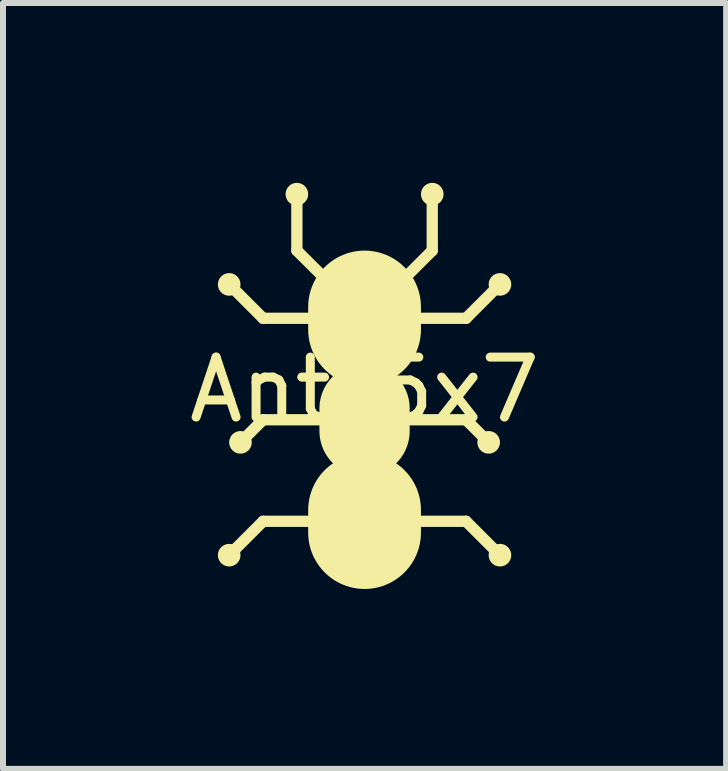
<source format=kicad_pcb>
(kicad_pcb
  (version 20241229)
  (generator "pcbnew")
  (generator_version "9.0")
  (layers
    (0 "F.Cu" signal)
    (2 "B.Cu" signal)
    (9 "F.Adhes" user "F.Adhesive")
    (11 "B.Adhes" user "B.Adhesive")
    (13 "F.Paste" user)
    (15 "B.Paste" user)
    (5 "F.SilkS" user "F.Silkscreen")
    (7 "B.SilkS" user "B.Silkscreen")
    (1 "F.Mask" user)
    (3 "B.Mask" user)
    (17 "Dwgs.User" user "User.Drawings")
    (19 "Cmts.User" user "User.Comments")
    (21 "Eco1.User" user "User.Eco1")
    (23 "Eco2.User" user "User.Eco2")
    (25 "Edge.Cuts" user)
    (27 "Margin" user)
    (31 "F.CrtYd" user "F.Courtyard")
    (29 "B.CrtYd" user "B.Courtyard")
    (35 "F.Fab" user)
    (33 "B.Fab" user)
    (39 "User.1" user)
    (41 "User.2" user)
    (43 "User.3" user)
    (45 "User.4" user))
  (footprint "Ant_5x7"
    (layer "F.Cu")
    (at 3.03 3.951)
    (property "Reference" "Ant_5x7" (at 0 -0.5 0) (unlocked yes) (layer "F.SilkS") (effects (font (size 1 1) (thickness 0.15))))
    (fp_line (start -2.258 -2.258) (end -1.693 -1.693) (stroke (width 0.188) (type solid)) (layer "F.SilkS"))
    (fp_line (start -2.258 2.258) (end -1.693 1.693) (stroke (width 0.188) (type solid)) (layer "F.SilkS"))
    (fp_line (start -2.07 0.376) (end -1.693 -0.000012) (stroke (width 0.188) (type solid)) (layer "F.SilkS"))
    (fp_line (start -1.693 -1.693) (end 0 -1.693) (stroke (width 0.188) (type solid)) (layer "F.SilkS"))
    (fp_line (start -1.693 -0.000012) (end 0 -0.000012) (stroke (width 0.188) (type solid)) (layer "F.SilkS"))
    (fp_line (start -1.693 1.693) (end 1.693 1.693) (stroke (width 0.188) (type solid)) (layer "F.SilkS"))
    (fp_line (start -1.129 -3.763) (end -1.129 -2.822) (stroke (width 0.188) (type solid)) (layer "F.SilkS"))
    (fp_line (start -1.129 -2.822) (end -0.47 -2.164) (stroke (width 0.188) (type solid)) (layer "F.SilkS"))
    (fp_line (start -0.47 -2.164) (end -0.376 -2.07) (stroke (width 0.188) (type solid)) (layer "F.SilkS"))
    (fp_line (start -0.376 -2.07) (end 0 -1.693) (stroke (width 0.188) (type solid)) (layer "F.SilkS"))
    (fp_line (start 0 -1.505) (end 0 -1.881) (stroke (width 1.881) (type solid)) (layer "F.SilkS"))
    (fp_line (start 0 0.188) (end 0 -0.188) (stroke (width 1.505) (type solid)) (layer "F.SilkS"))
    (fp_line (start 0 1.881) (end 0 1.505) (stroke (width 1.881) (type solid)) (layer "F.SilkS"))
    (fp_line (start 0.376 -2.07) (end 0 -1.693) (stroke (width 0.188) (type solid)) (layer "F.SilkS"))
    (fp_line (start 0.47 -2.164) (end 0.376 -2.07) (stroke (width 0.188) (type solid)) (layer "F.SilkS"))
    (fp_line (start 1.129 -3.763) (end 1.129 -2.822) (stroke (width 0.188) (type solid)) (layer "F.SilkS"))
    (fp_line (start 1.129 -2.822) (end 0.47 -2.164) (stroke (width 0.188) (type solid)) (layer "F.SilkS"))
    (fp_line (start 1.693 -1.693) (end 0 -1.693) (stroke (width 0.188) (type solid)) (layer "F.SilkS"))
    (fp_line (start 1.693 -0.000012) (end 0 -0.000012) (stroke (width 0.188) (type solid)) (layer "F.SilkS"))
    (fp_line (start 1.693 1.693) (end 2.258 2.258) (stroke (width 0.188) (type solid)) (layer "F.SilkS"))
    (fp_line (start 2.07 0.376) (end 1.693 -0.000012) (stroke (width 0.188) (type solid)) (layer "F.SilkS"))
    (fp_line (start 2.258 -2.258) (end 1.693 -1.693) (stroke (width 0.188) (type solid)) (layer "F.SilkS"))
    (fp_poly (pts (xy -2.258 -2.446) (xy -2.248 -2.446) (xy -2.239 -2.445) (xy -2.229 -2.444) (xy -2.22 -2.442) (xy -2.211 -2.44) (xy -2.202 -2.437) (xy -2.193 -2.435) (xy -2.185 -2.431) (xy -2.176 -2.427) (xy -2.168 -2.423) (xy -2.16 -2.419) (xy -2.153 -2.414) (xy -2.145 -2.409) (xy -2.138 -2.403) (xy -2.131 -2.397) (xy -2.125 -2.391) (xy -2.119 -2.384) (xy -2.113 -2.377) (xy -2.107 -2.37) (xy -2.102 -2.363) (xy -2.097 -2.355) (xy -2.092 -2.347) (xy -2.088 -2.339) (xy -2.084 -2.331) (xy -2.081 -2.322) (xy -2.078 -2.314) (xy -2.076 -2.305) (xy -2.073 -2.296) (xy -2.072 -2.286) (xy -2.071 -2.277) (xy -2.07 -2.267) (xy -2.07 -2.258) (xy -2.07 -2.248) (xy -2.071 -2.239) (xy -2.072 -2.229) (xy -2.073 -2.22) (xy -2.076 -2.211) (xy -2.078 -2.202) (xy -2.081 -2.193) (xy -2.084 -2.185) (xy -2.088 -2.176) (xy -2.092 -2.168) (xy -2.097 -2.16) (xy -2.102 -2.153) (xy -2.107 -2.145) (xy -2.113 -2.138) (xy -2.119 -2.131) (xy -2.125 -2.125) (xy -2.131 -2.119) (xy -2.138 -2.113) (xy -2.145 -2.107) (xy -2.153 -2.102) (xy -2.16 -2.097) (xy -2.168 -2.092) (xy -2.176 -2.088) (xy -2.185 -2.084) (xy -2.193 -2.081) (xy -2.202 -2.078) (xy -2.211 -2.076) (xy -2.22 -2.073) (xy -2.229 -2.072) (xy -2.239 -2.071) (xy -2.248 -2.07) (xy -2.258 -2.07) (xy -2.267 -2.07) (xy -2.277 -2.071) (xy -2.286 -2.072) (xy -2.296 -2.073) (xy -2.305 -2.076) (xy -2.314 -2.078) (xy -2.322 -2.081) (xy -2.331 -2.084) (xy -2.339 -2.088) (xy -2.347 -2.092) (xy -2.355 -2.097) (xy -2.363 -2.102) (xy -2.37 -2.107) (xy -2.377 -2.113) (xy -2.384 -2.119) (xy -2.391 -2.125) (xy -2.397 -2.131) (xy -2.403 -2.138) (xy -2.409 -2.145) (xy -2.414 -2.153) (xy -2.419 -2.16) (xy -2.423 -2.168) (xy -2.427 -2.176) (xy -2.431 -2.185) (xy -2.435 -2.193) (xy -2.437 -2.202) (xy -2.44 -2.211) (xy -2.442 -2.22) (xy -2.444 -2.229) (xy -2.445 -2.239) (xy -2.446 -2.248) (xy -2.446 -2.258) (xy -2.446 -2.267) (xy -2.445 -2.277) (xy -2.444 -2.286) (xy -2.442 -2.296) (xy -2.44 -2.305) (xy -2.437 -2.314) (xy -2.435 -2.322) (xy -2.431 -2.331) (xy -2.427 -2.339) (xy -2.423 -2.347) (xy -2.419 -2.355) (xy -2.414 -2.363) (xy -2.409 -2.37) (xy -2.403 -2.377) (xy -2.397 -2.384) (xy -2.391 -2.391) (xy -2.384 -2.397) (xy -2.377 -2.403) (xy -2.37 -2.409) (xy -2.363 -2.414) (xy -2.355 -2.419) (xy -2.347 -2.423) (xy -2.339 -2.427) (xy -2.331 -2.431) (xy -2.322 -2.435) (xy -2.314 -2.437) (xy -2.305 -2.44) (xy -2.296 -2.442) (xy -2.286 -2.444) (xy -2.277 -2.445) (xy -2.267 -2.446) (xy -2.258 -2.446)) (stroke (width 0) (type solid)) (fill yes) (layer "F.SilkS"))
    (fp_poly (pts (xy -2.258 -2.333) (xy -2.254 -2.333) (xy -2.25 -2.333) (xy -2.246 -2.332) (xy -2.243 -2.332) (xy -2.239 -2.331) (xy -2.235 -2.33) (xy -2.232 -2.328) (xy -2.228 -2.327) (xy -2.225 -2.326) (xy -2.222 -2.324) (xy -2.219 -2.322) (xy -2.216 -2.32) (xy -2.213 -2.318) (xy -2.21 -2.316) (xy -2.207 -2.314) (xy -2.205 -2.311) (xy -2.202 -2.308) (xy -2.2 -2.306) (xy -2.197 -2.303) (xy -2.195 -2.3) (xy -2.193 -2.297) (xy -2.192 -2.294) (xy -2.19 -2.29) (xy -2.188 -2.287) (xy -2.187 -2.284) (xy -2.186 -2.28) (xy -2.185 -2.277) (xy -2.184 -2.273) (xy -2.183 -2.269) (xy -2.183 -2.265) (xy -2.183 -2.262) (xy -2.183 -2.258) (xy -2.183 -2.254) (xy -2.183 -2.25) (xy -2.183 -2.246) (xy -2.184 -2.243) (xy -2.185 -2.239) (xy -2.186 -2.235) (xy -2.187 -2.232) (xy -2.188 -2.228) (xy -2.19 -2.225) (xy -2.192 -2.222) (xy -2.193 -2.219) (xy -2.195 -2.216) (xy -2.197 -2.213) (xy -2.2 -2.21) (xy -2.202 -2.207) (xy -2.205 -2.205) (xy -2.207 -2.202) (xy -2.21 -2.2) (xy -2.213 -2.197) (xy -2.216 -2.195) (xy -2.219 -2.193) (xy -2.222 -2.192) (xy -2.225 -2.19) (xy -2.228 -2.188) (xy -2.232 -2.187) (xy -2.235 -2.186) (xy -2.239 -2.185) (xy -2.243 -2.184) (xy -2.246 -2.183) (xy -2.25 -2.183) (xy -2.254 -2.183) (xy -2.258 -2.183) (xy -2.262 -2.183) (xy -2.265 -2.183) (xy -2.269 -2.183) (xy -2.273 -2.184) (xy -2.277 -2.185) (xy -2.28 -2.186) (xy -2.284 -2.187) (xy -2.287 -2.188) (xy -2.29 -2.19) (xy -2.294 -2.192) (xy -2.297 -2.193) (xy -2.3 -2.195) (xy -2.303 -2.197) (xy -2.306 -2.2) (xy -2.308 -2.202) (xy -2.311 -2.205) (xy -2.313 -2.207) (xy -2.316 -2.21) (xy -2.318 -2.213) (xy -2.32 -2.216) (xy -2.322 -2.219) (xy -2.324 -2.222) (xy -2.326 -2.225) (xy -2.327 -2.228) (xy -2.328 -2.232) (xy -2.33 -2.235) (xy -2.331 -2.239) (xy -2.332 -2.243) (xy -2.332 -2.246) (xy -2.333 -2.25) (xy -2.333 -2.254) (xy -2.333 -2.258) (xy -2.333 -2.262) (xy -2.333 -2.265) (xy -2.332 -2.269) (xy -2.332 -2.273) (xy -2.331 -2.277) (xy -2.33 -2.28) (xy -2.328 -2.284) (xy -2.327 -2.287) (xy -2.326 -2.29) (xy -2.324 -2.294) (xy -2.322 -2.297) (xy -2.32 -2.3) (xy -2.318 -2.303) (xy -2.316 -2.306) (xy -2.313 -2.308) (xy -2.311 -2.311) (xy -2.308 -2.314) (xy -2.306 -2.316) (xy -2.303 -2.318) (xy -2.3 -2.32) (xy -2.297 -2.322) (xy -2.294 -2.324) (xy -2.29 -2.326) (xy -2.287 -2.327) (xy -2.284 -2.328) (xy -2.28 -2.33) (xy -2.277 -2.331) (xy -2.273 -2.332) (xy -2.269 -2.332) (xy -2.265 -2.333) (xy -2.262 -2.333) (xy -2.258 -2.333)) (stroke (width 0) (type solid)) (fill yes) (layer "F.SilkS"))
    (fp_poly (pts (xy -2.258 2.07) (xy -2.248 2.07) (xy -2.239 2.071) (xy -2.229 2.072) (xy -2.22 2.073) (xy -2.211 2.076) (xy -2.202 2.078) (xy -2.193 2.081) (xy -2.185 2.084) (xy -2.176 2.088) (xy -2.168 2.092) (xy -2.16 2.097) (xy -2.153 2.102) (xy -2.145 2.107) (xy -2.138 2.113) (xy -2.131 2.118) (xy -2.125 2.125) (xy -2.119 2.131) (xy -2.113 2.138) (xy -2.107 2.145) (xy -2.102 2.153) (xy -2.097 2.16) (xy -2.092 2.168) (xy -2.088 2.176) (xy -2.084 2.185) (xy -2.081 2.193) (xy -2.078 2.202) (xy -2.076 2.211) (xy -2.073 2.22) (xy -2.072 2.229) (xy -2.071 2.239) (xy -2.07 2.248) (xy -2.07 2.258) (xy -2.07 2.267) (xy -2.071 2.277) (xy -2.072 2.286) (xy -2.073 2.296) (xy -2.076 2.305) (xy -2.078 2.314) (xy -2.081 2.322) (xy -2.084 2.331) (xy -2.088 2.339) (xy -2.092 2.347) (xy -2.097 2.355) (xy -2.102 2.363) (xy -2.107 2.37) (xy -2.113 2.377) (xy -2.119 2.384) (xy -2.125 2.391) (xy -2.131 2.397) (xy -2.138 2.403) (xy -2.145 2.409) (xy -2.153 2.414) (xy -2.16 2.419) (xy -2.168 2.423) (xy -2.176 2.427) (xy -2.185 2.431) (xy -2.193 2.434) (xy -2.202 2.437) (xy -2.211 2.44) (xy -2.22 2.442) (xy -2.229 2.444) (xy -2.239 2.445) (xy -2.248 2.446) (xy -2.258 2.446) (xy -2.267 2.446) (xy -2.277 2.445) (xy -2.286 2.444) (xy -2.296 2.442) (xy -2.305 2.44) (xy -2.314 2.437) (xy -2.322 2.434) (xy -2.331 2.431) (xy -2.339 2.427) (xy -2.347 2.423) (xy -2.355 2.419) (xy -2.363 2.414) (xy -2.37 2.409) (xy -2.377 2.403) (xy -2.384 2.397) (xy -2.391 2.391) (xy -2.397 2.384) (xy -2.403 2.377) (xy -2.409 2.37) (xy -2.414 2.363) (xy -2.419 2.355) (xy -2.423 2.347) (xy -2.427 2.339) (xy -2.431 2.331) (xy -2.435 2.322) (xy -2.437 2.314) (xy -2.44 2.305) (xy -2.442 2.296) (xy -2.444 2.286) (xy -2.445 2.277) (xy -2.446 2.267) (xy -2.446 2.258) (xy -2.446 2.248) (xy -2.445 2.239) (xy -2.444 2.229) (xy -2.442 2.22) (xy -2.44 2.211) (xy -2.437 2.202) (xy -2.435 2.193) (xy -2.431 2.185) (xy -2.427 2.176) (xy -2.423 2.168) (xy -2.419 2.16) (xy -2.414 2.153) (xy -2.409 2.145) (xy -2.403 2.138) (xy -2.397 2.131) (xy -2.391 2.125) (xy -2.384 2.118) (xy -2.377 2.113) (xy -2.37 2.107) (xy -2.363 2.102) (xy -2.355 2.097) (xy -2.347 2.092) (xy -2.339 2.088) (xy -2.331 2.084) (xy -2.322 2.081) (xy -2.314 2.078) (xy -2.305 2.076) (xy -2.296 2.073) (xy -2.286 2.072) (xy -2.277 2.071) (xy -2.267 2.07) (xy -2.258 2.07)) (stroke (width 0) (type solid)) (fill yes) (layer "F.SilkS"))
    (fp_poly (pts (xy -2.258 2.183) (xy -2.254 2.183) (xy -2.25 2.183) (xy -2.246 2.183) (xy -2.243 2.184) (xy -2.239 2.185) (xy -2.235 2.186) (xy -2.232 2.187) (xy -2.228 2.188) (xy -2.225 2.19) (xy -2.222 2.192) (xy -2.219 2.193) (xy -2.216 2.195) (xy -2.213 2.197) (xy -2.21 2.2) (xy -2.207 2.202) (xy -2.205 2.205) (xy -2.202 2.207) (xy -2.2 2.21) (xy -2.197 2.213) (xy -2.195 2.216) (xy -2.193 2.219) (xy -2.192 2.222) (xy -2.19 2.225) (xy -2.188 2.228) (xy -2.187 2.232) (xy -2.186 2.235) (xy -2.185 2.239) (xy -2.184 2.243) (xy -2.183 2.246) (xy -2.183 2.25) (xy -2.183 2.254) (xy -2.183 2.258) (xy -2.183 2.262) (xy -2.183 2.265) (xy -2.183 2.269) (xy -2.184 2.273) (xy -2.185 2.277) (xy -2.186 2.28) (xy -2.187 2.284) (xy -2.188 2.287) (xy -2.19 2.29) (xy -2.192 2.294) (xy -2.193 2.297) (xy -2.195 2.3) (xy -2.197 2.303) (xy -2.2 2.306) (xy -2.202 2.308) (xy -2.205 2.311) (xy -2.207 2.313) (xy -2.21 2.316) (xy -2.213 2.318) (xy -2.216 2.32) (xy -2.219 2.322) (xy -2.222 2.324) (xy -2.225 2.326) (xy -2.228 2.327) (xy -2.232 2.328) (xy -2.235 2.33) (xy -2.239 2.331) (xy -2.243 2.331) (xy -2.246 2.332) (xy -2.25 2.333) (xy -2.254 2.333) (xy -2.258 2.333) (xy -2.262 2.333) (xy -2.265 2.333) (xy -2.269 2.332) (xy -2.273 2.331) (xy -2.277 2.331) (xy -2.28 2.33) (xy -2.284 2.328) (xy -2.287 2.327) (xy -2.29 2.326) (xy -2.294 2.324) (xy -2.297 2.322) (xy -2.3 2.32) (xy -2.303 2.318) (xy -2.306 2.316) (xy -2.308 2.313) (xy -2.311 2.311) (xy -2.313 2.308) (xy -2.316 2.306) (xy -2.318 2.303) (xy -2.32 2.3) (xy -2.322 2.297) (xy -2.324 2.294) (xy -2.326 2.29) (xy -2.327 2.287) (xy -2.328 2.284) (xy -2.33 2.28) (xy -2.331 2.277) (xy -2.332 2.273) (xy -2.332 2.269) (xy -2.333 2.265) (xy -2.333 2.262) (xy -2.333 2.258) (xy -2.333 2.254) (xy -2.333 2.25) (xy -2.332 2.246) (xy -2.332 2.243) (xy -2.331 2.239) (xy -2.33 2.235) (xy -2.328 2.232) (xy -2.327 2.228) (xy -2.326 2.225) (xy -2.324 2.222) (xy -2.322 2.219) (xy -2.32 2.216) (xy -2.318 2.213) (xy -2.316 2.21) (xy -2.313 2.207) (xy -2.311 2.205) (xy -2.308 2.202) (xy -2.306 2.2) (xy -2.303 2.197) (xy -2.3 2.195) (xy -2.297 2.193) (xy -2.294 2.192) (xy -2.29 2.19) (xy -2.287 2.188) (xy -2.284 2.187) (xy -2.28 2.186) (xy -2.277 2.185) (xy -2.273 2.184) (xy -2.269 2.183) (xy -2.265 2.183) (xy -2.262 2.183) (xy -2.258 2.183)) (stroke (width 0) (type solid)) (fill yes) (layer "F.SilkS"))
    (fp_poly (pts (xy -2.07 0.188) (xy -2.06 0.188) (xy -2.05 0.189) (xy -2.041 0.19) (xy -2.032 0.192) (xy -2.023 0.194) (xy -2.014 0.197) (xy -2.005 0.2) (xy -1.996 0.203) (xy -1.988 0.207) (xy -1.98 0.211) (xy -1.972 0.215) (xy -1.964 0.22) (xy -1.957 0.226) (xy -1.95 0.231) (xy -1.943 0.237) (xy -1.937 0.243) (xy -1.93 0.25) (xy -1.924 0.257) (xy -1.919 0.264) (xy -1.914 0.271) (xy -1.909 0.279) (xy -1.904 0.287) (xy -1.9 0.295) (xy -1.896 0.303) (xy -1.893 0.312) (xy -1.89 0.32) (xy -1.887 0.329) (xy -1.885 0.338) (xy -1.884 0.348) (xy -1.882 0.357) (xy -1.882 0.367) (xy -1.881 0.376) (xy -1.882 0.386) (xy -1.882 0.396) (xy -1.884 0.405) (xy -1.885 0.414) (xy -1.887 0.423) (xy -1.89 0.432) (xy -1.893 0.441) (xy -1.896 0.45) (xy -1.9 0.458) (xy -1.904 0.466) (xy -1.909 0.474) (xy -1.914 0.481) (xy -1.919 0.489) (xy -1.924 0.496) (xy -1.93 0.503) (xy -1.937 0.509) (xy -1.943 0.516) (xy -1.95 0.521) (xy -1.957 0.527) (xy -1.964 0.532) (xy -1.972 0.537) (xy -1.98 0.542) (xy -1.988 0.546) (xy -1.996 0.55) (xy -2.005 0.553) (xy -2.014 0.556) (xy -2.023 0.559) (xy -2.032 0.561) (xy -2.041 0.562) (xy -2.05 0.563) (xy -2.06 0.564) (xy -2.07 0.564) (xy -2.079 0.564) (xy -2.089 0.563) (xy -2.098 0.562) (xy -2.108 0.561) (xy -2.117 0.559) (xy -2.126 0.556) (xy -2.134 0.553) (xy -2.143 0.55) (xy -2.151 0.546) (xy -2.159 0.542) (xy -2.167 0.537) (xy -2.175 0.532) (xy -2.182 0.527) (xy -2.189 0.521) (xy -2.196 0.516) (xy -2.203 0.509) (xy -2.209 0.503) (xy -2.215 0.496) (xy -2.22 0.489) (xy -2.226 0.481) (xy -2.231 0.474) (xy -2.235 0.466) (xy -2.239 0.458) (xy -2.243 0.45) (xy -2.246 0.441) (xy -2.249 0.432) (xy -2.252 0.423) (xy -2.254 0.414) (xy -2.256 0.405) (xy -2.257 0.396) (xy -2.258 0.386) (xy -2.258 0.376) (xy -2.258 0.367) (xy -2.257 0.357) (xy -2.256 0.348) (xy -2.254 0.338) (xy -2.252 0.329) (xy -2.249 0.32) (xy -2.246 0.312) (xy -2.243 0.303) (xy -2.239 0.295) (xy -2.235 0.287) (xy -2.231 0.279) (xy -2.226 0.271) (xy -2.22 0.264) (xy -2.215 0.257) (xy -2.209 0.25) (xy -2.203 0.243) (xy -2.196 0.237) (xy -2.189 0.231) (xy -2.182 0.226) (xy -2.175 0.22) (xy -2.167 0.215) (xy -2.159 0.211) (xy -2.151 0.207) (xy -2.143 0.203) (xy -2.134 0.2) (xy -2.126 0.197) (xy -2.117 0.194) (xy -2.108 0.192) (xy -2.098 0.19) (xy -2.089 0.189) (xy -2.079 0.188) (xy -2.07 0.188)) (stroke (width 0) (type solid)) (fill yes) (layer "F.SilkS"))
    (fp_poly (pts (xy -2.07 0.301) (xy -2.066 0.301) (xy -2.062 0.301) (xy -2.058 0.302) (xy -2.054 0.303) (xy -2.051 0.303) (xy -2.047 0.304) (xy -2.044 0.306) (xy -2.04 0.307) (xy -2.037 0.308) (xy -2.034 0.31) (xy -2.031 0.312) (xy -2.028 0.314) (xy -2.025 0.316) (xy -2.022 0.318) (xy -2.019 0.321) (xy -2.016 0.323) (xy -2.014 0.326) (xy -2.012 0.328) (xy -2.009 0.331) (xy -2.007 0.334) (xy -2.005 0.337) (xy -2.003 0.34) (xy -2.002 0.344) (xy -2 0.347) (xy -1.999 0.35) (xy -1.998 0.354) (xy -1.997 0.357) (xy -1.996 0.361) (xy -1.995 0.365) (xy -1.995 0.369) (xy -1.994 0.372) (xy -1.994 0.376) (xy -1.994 0.38) (xy -1.995 0.384) (xy -1.995 0.388) (xy -1.996 0.391) (xy -1.997 0.395) (xy -1.998 0.399) (xy -1.999 0.402) (xy -2 0.406) (xy -2.002 0.409) (xy -2.003 0.412) (xy -2.005 0.415) (xy -2.007 0.418) (xy -2.009 0.421) (xy -2.012 0.424) (xy -2.014 0.427) (xy -2.016 0.43) (xy -2.019 0.432) (xy -2.022 0.434) (xy -2.025 0.437) (xy -2.028 0.439) (xy -2.031 0.441) (xy -2.034 0.442) (xy -2.037 0.444) (xy -2.04 0.446) (xy -2.044 0.447) (xy -2.047 0.448) (xy -2.051 0.449) (xy -2.054 0.45) (xy -2.058 0.451) (xy -2.062 0.451) (xy -2.066 0.451) (xy -2.07 0.452) (xy -2.074 0.451) (xy -2.077 0.451) (xy -2.081 0.451) (xy -2.085 0.45) (xy -2.088 0.449) (xy -2.092 0.448) (xy -2.096 0.447) (xy -2.099 0.446) (xy -2.102 0.444) (xy -2.106 0.442) (xy -2.109 0.441) (xy -2.112 0.439) (xy -2.115 0.437) (xy -2.118 0.434) (xy -2.12 0.432) (xy -2.123 0.43) (xy -2.125 0.427) (xy -2.128 0.424) (xy -2.13 0.421) (xy -2.132 0.418) (xy -2.134 0.415) (xy -2.136 0.412) (xy -2.137 0.409) (xy -2.139 0.406) (xy -2.14 0.402) (xy -2.142 0.399) (xy -2.143 0.395) (xy -2.143 0.391) (xy -2.144 0.388) (xy -2.145 0.384) (xy -2.145 0.38) (xy -2.145 0.376) (xy -2.145 0.372) (xy -2.145 0.369) (xy -2.144 0.365) (xy -2.143 0.361) (xy -2.143 0.357) (xy -2.142 0.354) (xy -2.14 0.35) (xy -2.139 0.347) (xy -2.137 0.344) (xy -2.136 0.34) (xy -2.134 0.337) (xy -2.132 0.334) (xy -2.13 0.331) (xy -2.128 0.328) (xy -2.125 0.326) (xy -2.123 0.323) (xy -2.12 0.321) (xy -2.118 0.318) (xy -2.115 0.316) (xy -2.112 0.314) (xy -2.109 0.312) (xy -2.106 0.31) (xy -2.102 0.308) (xy -2.099 0.307) (xy -2.096 0.306) (xy -2.092 0.304) (xy -2.088 0.303) (xy -2.085 0.303) (xy -2.081 0.302) (xy -2.077 0.301) (xy -2.074 0.301) (xy -2.07 0.301)) (stroke (width 0) (type solid)) (fill yes) (layer "F.SilkS"))
    (fp_poly (pts (xy -1.129 -3.951) (xy -1.119 -3.951) (xy -1.11 -3.95) (xy -1.1 -3.949) (xy -1.091 -3.947) (xy -1.082 -3.945) (xy -1.073 -3.943) (xy -1.064 -3.94) (xy -1.056 -3.936) (xy -1.047 -3.933) (xy -1.039 -3.928) (xy -1.031 -3.924) (xy -1.024 -3.919) (xy -1.016 -3.914) (xy -1.009 -3.908) (xy -1.002 -3.902) (xy -0.996 -3.896) (xy -0.99 -3.889) (xy -0.984 -3.883) (xy -0.978 -3.876) (xy -0.973 -3.868) (xy -0.968 -3.861) (xy -0.963 -3.853) (xy -0.959 -3.845) (xy -0.956 -3.836) (xy -0.952 -3.828) (xy -0.949 -3.819) (xy -0.947 -3.81) (xy -0.945 -3.801) (xy -0.943 -3.792) (xy -0.942 -3.782) (xy -0.941 -3.773) (xy -0.941 -3.763) (xy -0.941 -3.753) (xy -0.942 -3.744) (xy -0.943 -3.734) (xy -0.945 -3.725) (xy -0.947 -3.716) (xy -0.949 -3.707) (xy -0.952 -3.698) (xy -0.956 -3.69) (xy -0.959 -3.681) (xy -0.963 -3.673) (xy -0.968 -3.665) (xy -0.973 -3.658) (xy -0.978 -3.65) (xy -0.984 -3.643) (xy -0.99 -3.636) (xy -0.996 -3.63) (xy -1.002 -3.624) (xy -1.009 -3.618) (xy -1.016 -3.612) (xy -1.024 -3.607) (xy -1.031 -3.602) (xy -1.039 -3.598) (xy -1.047 -3.593) (xy -1.056 -3.59) (xy -1.064 -3.586) (xy -1.073 -3.583) (xy -1.082 -3.581) (xy -1.091 -3.579) (xy -1.1 -3.577) (xy -1.11 -3.576) (xy -1.119 -3.575) (xy -1.129 -3.575) (xy -1.139 -3.575) (xy -1.148 -3.576) (xy -1.158 -3.577) (xy -1.167 -3.579) (xy -1.176 -3.581) (xy -1.185 -3.583) (xy -1.194 -3.586) (xy -1.202 -3.59) (xy -1.21 -3.593) (xy -1.219 -3.598) (xy -1.226 -3.602) (xy -1.234 -3.607) (xy -1.241 -3.612) (xy -1.249 -3.618) (xy -1.255 -3.624) (xy -1.262 -3.63) (xy -1.268 -3.636) (xy -1.274 -3.643) (xy -1.28 -3.65) (xy -1.285 -3.658) (xy -1.29 -3.665) (xy -1.294 -3.673) (xy -1.298 -3.681) (xy -1.302 -3.69) (xy -1.306 -3.698) (xy -1.309 -3.707) (xy -1.311 -3.716) (xy -1.313 -3.725) (xy -1.315 -3.734) (xy -1.316 -3.744) (xy -1.317 -3.753) (xy -1.317 -3.763) (xy -1.317 -3.773) (xy -1.316 -3.782) (xy -1.315 -3.792) (xy -1.313 -3.801) (xy -1.311 -3.81) (xy -1.309 -3.819) (xy -1.306 -3.828) (xy -1.302 -3.836) (xy -1.298 -3.845) (xy -1.294 -3.853) (xy -1.29 -3.861) (xy -1.285 -3.868) (xy -1.28 -3.876) (xy -1.274 -3.883) (xy -1.268 -3.889) (xy -1.262 -3.896) (xy -1.255 -3.902) (xy -1.249 -3.908) (xy -1.241 -3.914) (xy -1.234 -3.919) (xy -1.226 -3.924) (xy -1.219 -3.928) (xy -1.21 -3.933) (xy -1.202 -3.936) (xy -1.194 -3.94) (xy -1.185 -3.943) (xy -1.176 -3.945) (xy -1.167 -3.947) (xy -1.158 -3.949) (xy -1.148 -3.95) (xy -1.139 -3.951) (xy -1.129 -3.951)) (stroke (width 0) (type solid)) (fill yes) (layer "F.SilkS"))
    (fp_poly (pts (xy -1.129 -3.838) (xy -1.125 -3.838) (xy -1.121 -3.838) (xy -1.117 -3.837) (xy -1.114 -3.837) (xy -1.11 -3.836) (xy -1.107 -3.835) (xy -1.103 -3.834) (xy -1.1 -3.832) (xy -1.096 -3.831) (xy -1.093 -3.829) (xy -1.09 -3.827) (xy -1.087 -3.825) (xy -1.084 -3.823) (xy -1.081 -3.821) (xy -1.078 -3.819) (xy -1.076 -3.816) (xy -1.073 -3.814) (xy -1.071 -3.811) (xy -1.069 -3.808) (xy -1.066 -3.805) (xy -1.065 -3.802) (xy -1.063 -3.799) (xy -1.061 -3.796) (xy -1.06 -3.792) (xy -1.058 -3.789) (xy -1.057 -3.785) (xy -1.056 -3.782) (xy -1.055 -3.778) (xy -1.054 -3.774) (xy -1.054 -3.771) (xy -1.054 -3.767) (xy -1.054 -3.763) (xy -1.054 -3.759) (xy -1.054 -3.755) (xy -1.054 -3.752) (xy -1.055 -3.748) (xy -1.056 -3.744) (xy -1.057 -3.741) (xy -1.058 -3.737) (xy -1.06 -3.734) (xy -1.061 -3.73) (xy -1.063 -3.727) (xy -1.065 -3.724) (xy -1.066 -3.721) (xy -1.069 -3.718) (xy -1.071 -3.715) (xy -1.073 -3.712) (xy -1.076 -3.71) (xy -1.078 -3.707) (xy -1.081 -3.705) (xy -1.084 -3.703) (xy -1.087 -3.701) (xy -1.09 -3.699) (xy -1.093 -3.697) (xy -1.096 -3.695) (xy -1.1 -3.694) (xy -1.103 -3.692) (xy -1.107 -3.691) (xy -1.11 -3.69) (xy -1.114 -3.689) (xy -1.117 -3.689) (xy -1.121 -3.688) (xy -1.125 -3.688) (xy -1.129 -3.688) (xy -1.133 -3.688) (xy -1.137 -3.688) (xy -1.14 -3.689) (xy -1.144 -3.689) (xy -1.148 -3.69) (xy -1.151 -3.691) (xy -1.155 -3.692) (xy -1.158 -3.694) (xy -1.162 -3.695) (xy -1.165 -3.697) (xy -1.168 -3.699) (xy -1.171 -3.701) (xy -1.174 -3.703) (xy -1.177 -3.705) (xy -1.179 -3.707) (xy -1.182 -3.71) (xy -1.185 -3.712) (xy -1.187 -3.715) (xy -1.189 -3.718) (xy -1.191 -3.721) (xy -1.193 -3.724) (xy -1.195 -3.727) (xy -1.197 -3.73) (xy -1.198 -3.734) (xy -1.2 -3.737) (xy -1.201 -3.741) (xy -1.202 -3.744) (xy -1.203 -3.748) (xy -1.203 -3.752) (xy -1.204 -3.755) (xy -1.204 -3.759) (xy -1.204 -3.763) (xy -1.204 -3.767) (xy -1.204 -3.771) (xy -1.203 -3.774) (xy -1.203 -3.778) (xy -1.202 -3.782) (xy -1.201 -3.785) (xy -1.2 -3.789) (xy -1.198 -3.792) (xy -1.197 -3.796) (xy -1.195 -3.799) (xy -1.193 -3.802) (xy -1.191 -3.805) (xy -1.189 -3.808) (xy -1.187 -3.811) (xy -1.185 -3.814) (xy -1.182 -3.816) (xy -1.179 -3.819) (xy -1.177 -3.821) (xy -1.174 -3.823) (xy -1.171 -3.825) (xy -1.168 -3.827) (xy -1.165 -3.829) (xy -1.162 -3.831) (xy -1.158 -3.832) (xy -1.155 -3.834) (xy -1.151 -3.835) (xy -1.148 -3.836) (xy -1.144 -3.837) (xy -1.14 -3.837) (xy -1.137 -3.838) (xy -1.133 -3.838) (xy -1.129 -3.838)) (stroke (width 0) (type solid)) (fill yes) (layer "F.SilkS"))
    (fp_poly (pts (xy -0.376 -2.22) (xy -0.369 -2.22) (xy -0.361 -2.219) (xy -0.353 -2.218) (xy -0.346 -2.217) (xy -0.339 -2.215) (xy -0.332 -2.213) (xy -0.325 -2.211) (xy -0.318 -2.208) (xy -0.311 -2.205) (xy -0.305 -2.202) (xy -0.298 -2.198) (xy -0.292 -2.194) (xy -0.286 -2.19) (xy -0.281 -2.186) (xy -0.275 -2.181) (xy -0.27 -2.176) (xy -0.265 -2.171) (xy -0.26 -2.165) (xy -0.256 -2.16) (xy -0.251 -2.154) (xy -0.248 -2.148) (xy -0.244 -2.141) (xy -0.241 -2.135) (xy -0.238 -2.128) (xy -0.235 -2.121) (xy -0.233 -2.114) (xy -0.231 -2.107) (xy -0.229 -2.1) (xy -0.228 -2.093) (xy -0.227 -2.085) (xy -0.226 -2.077) (xy -0.226 -2.07) (xy -0.226 -2.062) (xy -0.227 -2.054) (xy -0.228 -2.047) (xy -0.229 -2.039) (xy -0.231 -2.032) (xy -0.233 -2.025) (xy -0.235 -2.018) (xy -0.238 -2.011) (xy -0.241 -2.004) (xy -0.244 -1.998) (xy -0.248 -1.992) (xy -0.251 -1.985) (xy -0.256 -1.98) (xy -0.26 -1.974) (xy -0.265 -1.968) (xy -0.27 -1.963) (xy -0.275 -1.958) (xy -0.281 -1.953) (xy -0.286 -1.949) (xy -0.292 -1.945) (xy -0.298 -1.941) (xy -0.305 -1.937) (xy -0.311 -1.934) (xy -0.318 -1.931) (xy -0.325 -1.928) (xy -0.332 -1.926) (xy -0.339 -1.924) (xy -0.346 -1.922) (xy -0.353 -1.921) (xy -0.361 -1.92) (xy -0.369 -1.919) (xy -0.376 -1.919) (xy -0.384 -1.919) (xy -0.392 -1.92) (xy -0.399 -1.921) (xy -0.407 -1.922) (xy -0.414 -1.924) (xy -0.421 -1.926) (xy -0.428 -1.928) (xy -0.435 -1.931) (xy -0.442 -1.934) (xy -0.448 -1.937) (xy -0.454 -1.941) (xy -0.46 -1.945) (xy -0.466 -1.949) (xy -0.472 -1.953) (xy -0.478 -1.958) (xy -0.483 -1.963) (xy -0.488 -1.968) (xy -0.492 -1.974) (xy -0.497 -1.98) (xy -0.501 -1.985) (xy -0.505 -1.992) (xy -0.509 -1.998) (xy -0.512 -2.004) (xy -0.515 -2.011) (xy -0.518 -2.018) (xy -0.52 -2.025) (xy -0.522 -2.032) (xy -0.524 -2.039) (xy -0.525 -2.047) (xy -0.526 -2.054) (xy -0.527 -2.062) (xy -0.527 -2.07) (xy -0.527 -2.077) (xy -0.526 -2.085) (xy -0.525 -2.093) (xy -0.524 -2.1) (xy -0.522 -2.107) (xy -0.52 -2.114) (xy -0.518 -2.121) (xy -0.515 -2.128) (xy -0.512 -2.135) (xy -0.509 -2.141) (xy -0.505 -2.148) (xy -0.501 -2.154) (xy -0.497 -2.16) (xy -0.492 -2.165) (xy -0.488 -2.171) (xy -0.483 -2.176) (xy -0.478 -2.181) (xy -0.472 -2.186) (xy -0.466 -2.19) (xy -0.46 -2.194) (xy -0.454 -2.198) (xy -0.448 -2.202) (xy -0.442 -2.205) (xy -0.435 -2.208) (xy -0.428 -2.211) (xy -0.421 -2.213) (xy -0.414 -2.215) (xy -0.407 -2.217) (xy -0.399 -2.218) (xy -0.392 -2.219) (xy -0.384 -2.22) (xy -0.376 -2.22)) (stroke (width 0) (type solid)) (fill yes) (layer "F.SilkS"))
    (fp_poly (pts (xy -0.376 -2.183) (xy -0.37 -2.182) (xy -0.365 -2.182) (xy -0.359 -2.181) (xy -0.354 -2.18) (xy -0.348 -2.179) (xy -0.343 -2.177) (xy -0.337 -2.176) (xy -0.332 -2.174) (xy -0.327 -2.171) (xy -0.322 -2.169) (xy -0.318 -2.166) (xy -0.313 -2.163) (xy -0.309 -2.16) (xy -0.304 -2.157) (xy -0.3 -2.153) (xy -0.296 -2.149) (xy -0.293 -2.146) (xy -0.289 -2.141) (xy -0.286 -2.137) (xy -0.283 -2.133) (xy -0.28 -2.128) (xy -0.277 -2.123) (xy -0.275 -2.119) (xy -0.272 -2.114) (xy -0.27 -2.108) (xy -0.268 -2.103) (xy -0.267 -2.098) (xy -0.266 -2.092) (xy -0.265 -2.087) (xy -0.264 -2.081) (xy -0.264 -2.075) (xy -0.263 -2.07) (xy -0.264 -2.064) (xy -0.264 -2.058) (xy -0.265 -2.052) (xy -0.266 -2.047) (xy -0.267 -2.041) (xy -0.268 -2.036) (xy -0.27 -2.031) (xy -0.272 -2.026) (xy -0.275 -2.021) (xy -0.277 -2.016) (xy -0.28 -2.011) (xy -0.283 -2.007) (xy -0.286 -2.002) (xy -0.289 -1.998) (xy -0.293 -1.994) (xy -0.296 -1.99) (xy -0.3 -1.986) (xy -0.304 -1.983) (xy -0.309 -1.979) (xy -0.313 -1.976) (xy -0.318 -1.973) (xy -0.322 -1.97) (xy -0.327 -1.968) (xy -0.332 -1.966) (xy -0.337 -1.964) (xy -0.343 -1.962) (xy -0.348 -1.96) (xy -0.354 -1.959) (xy -0.359 -1.958) (xy -0.365 -1.957) (xy -0.37 -1.957) (xy -0.376 -1.957) (xy -0.382 -1.957) (xy -0.388 -1.957) (xy -0.393 -1.958) (xy -0.399 -1.959) (xy -0.405 -1.96) (xy -0.41 -1.962) (xy -0.415 -1.964) (xy -0.42 -1.966) (xy -0.425 -1.968) (xy -0.43 -1.97) (xy -0.435 -1.973) (xy -0.439 -1.976) (xy -0.444 -1.979) (xy -0.448 -1.983) (xy -0.452 -1.986) (xy -0.456 -1.99) (xy -0.46 -1.994) (xy -0.463 -1.998) (xy -0.467 -2.002) (xy -0.47 -2.007) (xy -0.473 -2.011) (xy -0.476 -2.016) (xy -0.478 -2.021) (xy -0.48 -2.026) (xy -0.482 -2.031) (xy -0.484 -2.036) (xy -0.486 -2.041) (xy -0.487 -2.047) (xy -0.488 -2.052) (xy -0.489 -2.058) (xy -0.489 -2.064) (xy -0.489 -2.07) (xy -0.489 -2.075) (xy -0.489 -2.081) (xy -0.488 -2.087) (xy -0.487 -2.092) (xy -0.486 -2.098) (xy -0.484 -2.103) (xy -0.482 -2.108) (xy -0.48 -2.114) (xy -0.478 -2.119) (xy -0.476 -2.123) (xy -0.473 -2.128) (xy -0.47 -2.133) (xy -0.467 -2.137) (xy -0.463 -2.141) (xy -0.46 -2.146) (xy -0.456 -2.149) (xy -0.452 -2.153) (xy -0.448 -2.157) (xy -0.444 -2.16) (xy -0.439 -2.163) (xy -0.435 -2.166) (xy -0.43 -2.169) (xy -0.425 -2.171) (xy -0.42 -2.174) (xy -0.415 -2.176) (xy -0.41 -2.177) (xy -0.405 -2.179) (xy -0.399 -2.18) (xy -0.393 -2.181) (xy -0.388 -2.182) (xy -0.382 -2.182) (xy -0.376 -2.183)) (stroke (width 0) (type solid)) (fill yes) (layer "F.SilkS"))
    (fp_poly (pts (xy 0.376 -2.22) (xy 0.384 -2.22) (xy 0.392 -2.219) (xy 0.399 -2.218) (xy 0.407 -2.217) (xy 0.414 -2.215) (xy 0.421 -2.213) (xy 0.428 -2.211) (xy 0.435 -2.208) (xy 0.442 -2.205) (xy 0.448 -2.202) (xy 0.454 -2.198) (xy 0.46 -2.194) (xy 0.466 -2.19) (xy 0.472 -2.186) (xy 0.478 -2.181) (xy 0.483 -2.176) (xy 0.488 -2.171) (xy 0.492 -2.165) (xy 0.497 -2.16) (xy 0.501 -2.154) (xy 0.505 -2.148) (xy 0.509 -2.141) (xy 0.512 -2.135) (xy 0.515 -2.128) (xy 0.518 -2.121) (xy 0.52 -2.114) (xy 0.522 -2.107) (xy 0.524 -2.1) (xy 0.525 -2.093) (xy 0.526 -2.085) (xy 0.527 -2.077) (xy 0.527 -2.07) (xy 0.527 -2.062) (xy 0.526 -2.054) (xy 0.525 -2.047) (xy 0.524 -2.039) (xy 0.522 -2.032) (xy 0.52 -2.025) (xy 0.518 -2.018) (xy 0.515 -2.011) (xy 0.512 -2.004) (xy 0.509 -1.998) (xy 0.505 -1.992) (xy 0.501 -1.985) (xy 0.497 -1.98) (xy 0.492 -1.974) (xy 0.488 -1.968) (xy 0.483 -1.963) (xy 0.478 -1.958) (xy 0.472 -1.953) (xy 0.466 -1.949) (xy 0.46 -1.945) (xy 0.454 -1.941) (xy 0.448 -1.937) (xy 0.442 -1.934) (xy 0.435 -1.931) (xy 0.428 -1.928) (xy 0.421 -1.926) (xy 0.414 -1.924) (xy 0.407 -1.922) (xy 0.399 -1.921) (xy 0.392 -1.92) (xy 0.384 -1.919) (xy 0.376 -1.919) (xy 0.369 -1.919) (xy 0.361 -1.92) (xy 0.353 -1.921) (xy 0.346 -1.922) (xy 0.339 -1.924) (xy 0.332 -1.926) (xy 0.325 -1.928) (xy 0.318 -1.931) (xy 0.311 -1.934) (xy 0.305 -1.937) (xy 0.298 -1.941) (xy 0.292 -1.945) (xy 0.286 -1.949) (xy 0.281 -1.953) (xy 0.275 -1.958) (xy 0.27 -1.963) (xy 0.265 -1.968) (xy 0.26 -1.974) (xy 0.256 -1.98) (xy 0.251 -1.985) (xy 0.248 -1.992) (xy 0.244 -1.998) (xy 0.241 -2.004) (xy 0.238 -2.011) (xy 0.235 -2.018) (xy 0.233 -2.025) (xy 0.231 -2.032) (xy 0.229 -2.039) (xy 0.228 -2.047) (xy 0.227 -2.054) (xy 0.226 -2.062) (xy 0.226 -2.07) (xy 0.226 -2.077) (xy 0.227 -2.085) (xy 0.228 -2.093) (xy 0.229 -2.1) (xy 0.231 -2.107) (xy 0.233 -2.114) (xy 0.235 -2.121) (xy 0.238 -2.128) (xy 0.241 -2.135) (xy 0.244 -2.141) (xy 0.248 -2.148) (xy 0.251 -2.154) (xy 0.256 -2.16) (xy 0.26 -2.165) (xy 0.265 -2.171) (xy 0.27 -2.176) (xy 0.275 -2.181) (xy 0.281 -2.186) (xy 0.286 -2.19) (xy 0.292 -2.194) (xy 0.298 -2.198) (xy 0.305 -2.202) (xy 0.311 -2.205) (xy 0.318 -2.208) (xy 0.325 -2.211) (xy 0.332 -2.213) (xy 0.339 -2.215) (xy 0.346 -2.217) (xy 0.353 -2.218) (xy 0.361 -2.219) (xy 0.369 -2.22) (xy 0.376 -2.22)) (stroke (width 0) (type solid)) (fill yes) (layer "F.SilkS"))
    (fp_poly (pts (xy 0.376 -2.183) (xy 0.382 -2.182) (xy 0.388 -2.182) (xy 0.393 -2.181) (xy 0.399 -2.18) (xy 0.405 -2.179) (xy 0.41 -2.177) (xy 0.415 -2.176) (xy 0.42 -2.174) (xy 0.425 -2.171) (xy 0.43 -2.169) (xy 0.435 -2.166) (xy 0.439 -2.163) (xy 0.444 -2.16) (xy 0.448 -2.157) (xy 0.452 -2.153) (xy 0.456 -2.149) (xy 0.46 -2.146) (xy 0.463 -2.141) (xy 0.467 -2.137) (xy 0.47 -2.133) (xy 0.473 -2.128) (xy 0.476 -2.123) (xy 0.478 -2.119) (xy 0.48 -2.114) (xy 0.482 -2.108) (xy 0.484 -2.103) (xy 0.486 -2.098) (xy 0.487 -2.092) (xy 0.488 -2.087) (xy 0.489 -2.081) (xy 0.489 -2.075) (xy 0.489 -2.07) (xy 0.489 -2.064) (xy 0.489 -2.058) (xy 0.488 -2.052) (xy 0.487 -2.047) (xy 0.486 -2.041) (xy 0.484 -2.036) (xy 0.482 -2.031) (xy 0.48 -2.026) (xy 0.478 -2.021) (xy 0.476 -2.016) (xy 0.473 -2.011) (xy 0.47 -2.007) (xy 0.467 -2.002) (xy 0.463 -1.998) (xy 0.46 -1.994) (xy 0.456 -1.99) (xy 0.452 -1.986) (xy 0.448 -1.983) (xy 0.444 -1.979) (xy 0.439 -1.976) (xy 0.435 -1.973) (xy 0.43 -1.97) (xy 0.425 -1.968) (xy 0.42 -1.966) (xy 0.415 -1.964) (xy 0.41 -1.962) (xy 0.405 -1.96) (xy 0.399 -1.959) (xy 0.393 -1.958) (xy 0.388 -1.957) (xy 0.382 -1.957) (xy 0.376 -1.957) (xy 0.37 -1.957) (xy 0.365 -1.957) (xy 0.359 -1.958) (xy 0.354 -1.959) (xy 0.348 -1.96) (xy 0.343 -1.962) (xy 0.337 -1.964) (xy 0.332 -1.966) (xy 0.327 -1.968) (xy 0.322 -1.97) (xy 0.318 -1.973) (xy 0.313 -1.976) (xy 0.309 -1.979) (xy 0.304 -1.983) (xy 0.3 -1.986) (xy 0.296 -1.99) (xy 0.293 -1.994) (xy 0.289 -1.998) (xy 0.286 -2.002) (xy 0.283 -2.007) (xy 0.28 -2.011) (xy 0.277 -2.016) (xy 0.275 -2.021) (xy 0.272 -2.026) (xy 0.27 -2.031) (xy 0.268 -2.036) (xy 0.267 -2.041) (xy 0.266 -2.047) (xy 0.265 -2.052) (xy 0.264 -2.058) (xy 0.264 -2.064) (xy 0.263 -2.07) (xy 0.264 -2.075) (xy 0.264 -2.081) (xy 0.265 -2.087) (xy 0.266 -2.092) (xy 0.267 -2.098) (xy 0.268 -2.103) (xy 0.27 -2.108) (xy 0.272 -2.114) (xy 0.275 -2.119) (xy 0.277 -2.123) (xy 0.28 -2.128) (xy 0.283 -2.133) (xy 0.286 -2.137) (xy 0.289 -2.141) (xy 0.293 -2.146) (xy 0.296 -2.149) (xy 0.3 -2.153) (xy 0.304 -2.157) (xy 0.309 -2.16) (xy 0.313 -2.163) (xy 0.318 -2.166) (xy 0.322 -2.169) (xy 0.327 -2.171) (xy 0.332 -2.174) (xy 0.337 -2.176) (xy 0.343 -2.177) (xy 0.348 -2.179) (xy 0.354 -2.18) (xy 0.359 -2.181) (xy 0.365 -2.182) (xy 0.37 -2.182) (xy 0.376 -2.183)) (stroke (width 0) (type solid)) (fill yes) (layer "F.SilkS"))
    (fp_poly (pts (xy 1.129 -3.951) (xy 1.139 -3.951) (xy 1.148 -3.95) (xy 1.158 -3.949) (xy 1.167 -3.947) (xy 1.176 -3.945) (xy 1.185 -3.943) (xy 1.194 -3.94) (xy 1.202 -3.936) (xy 1.21 -3.933) (xy 1.219 -3.928) (xy 1.226 -3.924) (xy 1.234 -3.919) (xy 1.241 -3.914) (xy 1.249 -3.908) (xy 1.255 -3.902) (xy 1.262 -3.896) (xy 1.268 -3.889) (xy 1.274 -3.883) (xy 1.28 -3.876) (xy 1.285 -3.868) (xy 1.29 -3.861) (xy 1.294 -3.853) (xy 1.298 -3.845) (xy 1.302 -3.836) (xy 1.306 -3.828) (xy 1.309 -3.819) (xy 1.311 -3.81) (xy 1.313 -3.801) (xy 1.315 -3.792) (xy 1.316 -3.782) (xy 1.317 -3.773) (xy 1.317 -3.763) (xy 1.317 -3.753) (xy 1.316 -3.744) (xy 1.315 -3.734) (xy 1.313 -3.725) (xy 1.311 -3.716) (xy 1.309 -3.707) (xy 1.306 -3.698) (xy 1.302 -3.69) (xy 1.298 -3.681) (xy 1.294 -3.673) (xy 1.29 -3.665) (xy 1.285 -3.658) (xy 1.28 -3.65) (xy 1.274 -3.643) (xy 1.268 -3.636) (xy 1.262 -3.63) (xy 1.255 -3.624) (xy 1.249 -3.618) (xy 1.241 -3.612) (xy 1.234 -3.607) (xy 1.226 -3.602) (xy 1.219 -3.598) (xy 1.21 -3.593) (xy 1.202 -3.59) (xy 1.194 -3.586) (xy 1.185 -3.583) (xy 1.176 -3.581) (xy 1.167 -3.579) (xy 1.158 -3.577) (xy 1.148 -3.576) (xy 1.139 -3.575) (xy 1.129 -3.575) (xy 1.119 -3.575) (xy 1.11 -3.576) (xy 1.1 -3.577) (xy 1.091 -3.579) (xy 1.082 -3.581) (xy 1.073 -3.583) (xy 1.064 -3.586) (xy 1.056 -3.59) (xy 1.047 -3.593) (xy 1.039 -3.598) (xy 1.031 -3.602) (xy 1.024 -3.607) (xy 1.016 -3.612) (xy 1.009 -3.618) (xy 1.002 -3.624) (xy 0.996 -3.63) (xy 0.99 -3.636) (xy 0.984 -3.643) (xy 0.978 -3.65) (xy 0.973 -3.658) (xy 0.968 -3.665) (xy 0.963 -3.673) (xy 0.959 -3.681) (xy 0.956 -3.69) (xy 0.952 -3.698) (xy 0.949 -3.707) (xy 0.947 -3.716) (xy 0.945 -3.725) (xy 0.943 -3.734) (xy 0.942 -3.744) (xy 0.941 -3.753) (xy 0.941 -3.763) (xy 0.941 -3.773) (xy 0.942 -3.782) (xy 0.943 -3.792) (xy 0.945 -3.801) (xy 0.947 -3.81) (xy 0.949 -3.819) (xy 0.952 -3.828) (xy 0.956 -3.836) (xy 0.959 -3.845) (xy 0.963 -3.853) (xy 0.968 -3.861) (xy 0.973 -3.868) (xy 0.978 -3.876) (xy 0.984 -3.883) (xy 0.99 -3.889) (xy 0.996 -3.896) (xy 1.002 -3.902) (xy 1.009 -3.908) (xy 1.016 -3.914) (xy 1.024 -3.919) (xy 1.031 -3.924) (xy 1.039 -3.928) (xy 1.047 -3.933) (xy 1.056 -3.936) (xy 1.064 -3.94) (xy 1.073 -3.943) (xy 1.082 -3.945) (xy 1.091 -3.947) (xy 1.1 -3.949) (xy 1.11 -3.95) (xy 1.119 -3.951) (xy 1.129 -3.951)) (stroke (width 0) (type solid)) (fill yes) (layer "F.SilkS"))
    (fp_poly (pts (xy 1.129 -3.838) (xy 1.133 -3.838) (xy 1.137 -3.838) (xy 1.14 -3.837) (xy 1.144 -3.837) (xy 1.148 -3.836) (xy 1.151 -3.835) (xy 1.155 -3.834) (xy 1.158 -3.832) (xy 1.162 -3.831) (xy 1.165 -3.829) (xy 1.168 -3.827) (xy 1.171 -3.825) (xy 1.174 -3.823) (xy 1.177 -3.821) (xy 1.179 -3.819) (xy 1.182 -3.816) (xy 1.185 -3.814) (xy 1.187 -3.811) (xy 1.189 -3.808) (xy 1.191 -3.805) (xy 1.193 -3.802) (xy 1.195 -3.799) (xy 1.197 -3.796) (xy 1.198 -3.792) (xy 1.2 -3.789) (xy 1.201 -3.785) (xy 1.202 -3.782) (xy 1.203 -3.778) (xy 1.203 -3.774) (xy 1.204 -3.771) (xy 1.204 -3.767) (xy 1.204 -3.763) (xy 1.204 -3.759) (xy 1.204 -3.755) (xy 1.203 -3.752) (xy 1.203 -3.748) (xy 1.202 -3.744) (xy 1.201 -3.741) (xy 1.2 -3.737) (xy 1.198 -3.734) (xy 1.197 -3.73) (xy 1.195 -3.727) (xy 1.193 -3.724) (xy 1.191 -3.721) (xy 1.189 -3.718) (xy 1.187 -3.715) (xy 1.185 -3.712) (xy 1.182 -3.71) (xy 1.179 -3.707) (xy 1.177 -3.705) (xy 1.174 -3.703) (xy 1.171 -3.701) (xy 1.168 -3.699) (xy 1.165 -3.697) (xy 1.162 -3.695) (xy 1.158 -3.694) (xy 1.155 -3.692) (xy 1.151 -3.691) (xy 1.148 -3.69) (xy 1.144 -3.689) (xy 1.14 -3.689) (xy 1.137 -3.688) (xy 1.133 -3.688) (xy 1.129 -3.688) (xy 1.125 -3.688) (xy 1.121 -3.688) (xy 1.117 -3.689) (xy 1.114 -3.689) (xy 1.11 -3.69) (xy 1.107 -3.691) (xy 1.103 -3.692) (xy 1.1 -3.694) (xy 1.096 -3.695) (xy 1.093 -3.697) (xy 1.09 -3.699) (xy 1.087 -3.701) (xy 1.084 -3.703) (xy 1.081 -3.705) (xy 1.078 -3.707) (xy 1.076 -3.71) (xy 1.073 -3.712) (xy 1.071 -3.715) (xy 1.069 -3.718) (xy 1.066 -3.721) (xy 1.065 -3.724) (xy 1.063 -3.727) (xy 1.061 -3.73) (xy 1.06 -3.734) (xy 1.058 -3.737) (xy 1.057 -3.741) (xy 1.056 -3.744) (xy 1.055 -3.748) (xy 1.054 -3.752) (xy 1.054 -3.755) (xy 1.054 -3.759) (xy 1.054 -3.763) (xy 1.054 -3.767) (xy 1.054 -3.771) (xy 1.054 -3.774) (xy 1.055 -3.778) (xy 1.056 -3.782) (xy 1.057 -3.785) (xy 1.058 -3.789) (xy 1.06 -3.792) (xy 1.061 -3.796) (xy 1.063 -3.799) (xy 1.065 -3.802) (xy 1.066 -3.805) (xy 1.069 -3.808) (xy 1.071 -3.811) (xy 1.073 -3.814) (xy 1.076 -3.816) (xy 1.078 -3.819) (xy 1.081 -3.821) (xy 1.084 -3.823) (xy 1.087 -3.825) (xy 1.09 -3.827) (xy 1.093 -3.829) (xy 1.096 -3.831) (xy 1.1 -3.832) (xy 1.103 -3.834) (xy 1.107 -3.835) (xy 1.11 -3.836) (xy 1.114 -3.837) (xy 1.117 -3.837) (xy 1.121 -3.838) (xy 1.125 -3.838) (xy 1.129 -3.838)) (stroke (width 0) (type solid)) (fill yes) (layer "F.SilkS"))
    (fp_poly (pts (xy 2.07 0.188) (xy 2.079 0.188) (xy 2.089 0.189) (xy 2.098 0.19) (xy 2.108 0.192) (xy 2.117 0.194) (xy 2.126 0.197) (xy 2.134 0.2) (xy 2.143 0.203) (xy 2.151 0.207) (xy 2.159 0.211) (xy 2.167 0.215) (xy 2.175 0.22) (xy 2.182 0.226) (xy 2.189 0.231) (xy 2.196 0.237) (xy 2.203 0.243) (xy 2.209 0.25) (xy 2.215 0.257) (xy 2.22 0.264) (xy 2.226 0.271) (xy 2.231 0.279) (xy 2.235 0.287) (xy 2.239 0.295) (xy 2.243 0.303) (xy 2.246 0.312) (xy 2.249 0.32) (xy 2.252 0.329) (xy 2.254 0.338) (xy 2.256 0.348) (xy 2.257 0.357) (xy 2.258 0.367) (xy 2.258 0.376) (xy 2.258 0.386) (xy 2.257 0.396) (xy 2.256 0.405) (xy 2.254 0.414) (xy 2.252 0.423) (xy 2.249 0.432) (xy 2.246 0.441) (xy 2.243 0.45) (xy 2.239 0.458) (xy 2.235 0.466) (xy 2.231 0.474) (xy 2.226 0.481) (xy 2.22 0.489) (xy 2.215 0.496) (xy 2.209 0.503) (xy 2.203 0.509) (xy 2.196 0.516) (xy 2.189 0.521) (xy 2.182 0.527) (xy 2.175 0.532) (xy 2.167 0.537) (xy 2.159 0.542) (xy 2.151 0.546) (xy 2.143 0.55) (xy 2.134 0.553) (xy 2.126 0.556) (xy 2.117 0.559) (xy 2.108 0.561) (xy 2.098 0.562) (xy 2.089 0.563) (xy 2.079 0.564) (xy 2.07 0.564) (xy 2.06 0.564) (xy 2.05 0.563) (xy 2.041 0.562) (xy 2.032 0.561) (xy 2.023 0.559) (xy 2.014 0.556) (xy 2.005 0.553) (xy 1.996 0.55) (xy 1.988 0.546) (xy 1.98 0.542) (xy 1.972 0.537) (xy 1.964 0.532) (xy 1.957 0.527) (xy 1.95 0.521) (xy 1.943 0.516) (xy 1.937 0.509) (xy 1.93 0.503) (xy 1.924 0.496) (xy 1.919 0.489) (xy 1.914 0.481) (xy 1.909 0.474) (xy 1.904 0.466) (xy 1.9 0.458) (xy 1.896 0.45) (xy 1.893 0.441) (xy 1.89 0.432) (xy 1.887 0.423) (xy 1.885 0.414) (xy 1.884 0.405) (xy 1.882 0.396) (xy 1.882 0.386) (xy 1.881 0.376) (xy 1.882 0.367) (xy 1.882 0.357) (xy 1.884 0.348) (xy 1.885 0.338) (xy 1.887 0.329) (xy 1.89 0.32) (xy 1.893 0.312) (xy 1.896 0.303) (xy 1.9 0.295) (xy 1.904 0.287) (xy 1.909 0.279) (xy 1.914 0.271) (xy 1.919 0.264) (xy 1.924 0.257) (xy 1.93 0.25) (xy 1.937 0.243) (xy 1.943 0.237) (xy 1.95 0.231) (xy 1.957 0.226) (xy 1.964 0.22) (xy 1.972 0.215) (xy 1.98 0.211) (xy 1.988 0.207) (xy 1.996 0.203) (xy 2.005 0.2) (xy 2.014 0.197) (xy 2.023 0.194) (xy 2.032 0.192) (xy 2.041 0.19) (xy 2.05 0.189) (xy 2.06 0.188) (xy 2.07 0.188)) (stroke (width 0) (type solid)) (fill yes) (layer "F.SilkS"))
    (fp_poly (pts (xy 2.07 0.301) (xy 2.074 0.301) (xy 2.077 0.301) (xy 2.081 0.302) (xy 2.085 0.303) (xy 2.088 0.303) (xy 2.092 0.304) (xy 2.096 0.306) (xy 2.099 0.307) (xy 2.102 0.308) (xy 2.106 0.31) (xy 2.109 0.312) (xy 2.112 0.314) (xy 2.115 0.316) (xy 2.118 0.318) (xy 2.12 0.321) (xy 2.123 0.323) (xy 2.125 0.326) (xy 2.128 0.328) (xy 2.13 0.331) (xy 2.132 0.334) (xy 2.134 0.337) (xy 2.136 0.34) (xy 2.137 0.344) (xy 2.139 0.347) (xy 2.14 0.35) (xy 2.142 0.354) (xy 2.143 0.357) (xy 2.143 0.361) (xy 2.144 0.365) (xy 2.144 0.369) (xy 2.145 0.372) (xy 2.145 0.376) (xy 2.145 0.38) (xy 2.144 0.384) (xy 2.144 0.388) (xy 2.143 0.391) (xy 2.143 0.395) (xy 2.142 0.399) (xy 2.14 0.402) (xy 2.139 0.406) (xy 2.137 0.409) (xy 2.136 0.412) (xy 2.134 0.415) (xy 2.132 0.418) (xy 2.13 0.421) (xy 2.128 0.424) (xy 2.125 0.427) (xy 2.123 0.43) (xy 2.12 0.432) (xy 2.118 0.434) (xy 2.115 0.437) (xy 2.112 0.439) (xy 2.109 0.441) (xy 2.106 0.442) (xy 2.102 0.444) (xy 2.099 0.446) (xy 2.096 0.447) (xy 2.092 0.448) (xy 2.088 0.449) (xy 2.085 0.45) (xy 2.081 0.451) (xy 2.077 0.451) (xy 2.074 0.451) (xy 2.07 0.452) (xy 2.066 0.451) (xy 2.062 0.451) (xy 2.058 0.451) (xy 2.054 0.45) (xy 2.051 0.449) (xy 2.047 0.448) (xy 2.044 0.447) (xy 2.04 0.446) (xy 2.037 0.444) (xy 2.034 0.442) (xy 2.031 0.441) (xy 2.028 0.439) (xy 2.025 0.437) (xy 2.022 0.434) (xy 2.019 0.432) (xy 2.016 0.43) (xy 2.014 0.427) (xy 2.012 0.424) (xy 2.009 0.421) (xy 2.007 0.418) (xy 2.005 0.415) (xy 2.003 0.412) (xy 2.002 0.409) (xy 2 0.406) (xy 1.999 0.402) (xy 1.998 0.399) (xy 1.997 0.395) (xy 1.996 0.391) (xy 1.995 0.388) (xy 1.995 0.384) (xy 1.994 0.38) (xy 1.994 0.376) (xy 1.994 0.372) (xy 1.995 0.369) (xy 1.995 0.365) (xy 1.996 0.361) (xy 1.997 0.357) (xy 1.998 0.354) (xy 1.999 0.35) (xy 2 0.347) (xy 2.002 0.344) (xy 2.003 0.34) (xy 2.005 0.337) (xy 2.007 0.334) (xy 2.009 0.331) (xy 2.012 0.328) (xy 2.014 0.326) (xy 2.016 0.323) (xy 2.019 0.321) (xy 2.022 0.318) (xy 2.025 0.316) (xy 2.028 0.314) (xy 2.031 0.312) (xy 2.034 0.31) (xy 2.037 0.308) (xy 2.04 0.307) (xy 2.044 0.306) (xy 2.047 0.304) (xy 2.051 0.303) (xy 2.054 0.303) (xy 2.058 0.302) (xy 2.062 0.301) (xy 2.066 0.301) (xy 2.07 0.301)) (stroke (width 0) (type solid)) (fill yes) (layer "F.SilkS"))
    (fp_poly (pts (xy 2.258 -2.446) (xy 2.267 -2.446) (xy 2.277 -2.445) (xy 2.286 -2.444) (xy 2.296 -2.442) (xy 2.305 -2.44) (xy 2.314 -2.437) (xy 2.322 -2.435) (xy 2.331 -2.431) (xy 2.339 -2.427) (xy 2.347 -2.423) (xy 2.355 -2.419) (xy 2.363 -2.414) (xy 2.37 -2.409) (xy 2.377 -2.403) (xy 2.384 -2.397) (xy 2.391 -2.391) (xy 2.397 -2.384) (xy 2.403 -2.377) (xy 2.409 -2.37) (xy 2.414 -2.363) (xy 2.419 -2.355) (xy 2.423 -2.347) (xy 2.427 -2.339) (xy 2.431 -2.331) (xy 2.435 -2.322) (xy 2.437 -2.314) (xy 2.44 -2.305) (xy 2.442 -2.296) (xy 2.444 -2.286) (xy 2.445 -2.277) (xy 2.446 -2.267) (xy 2.446 -2.258) (xy 2.446 -2.248) (xy 2.445 -2.239) (xy 2.444 -2.229) (xy 2.442 -2.22) (xy 2.44 -2.211) (xy 2.437 -2.202) (xy 2.435 -2.193) (xy 2.431 -2.185) (xy 2.427 -2.176) (xy 2.423 -2.168) (xy 2.419 -2.16) (xy 2.414 -2.153) (xy 2.409 -2.145) (xy 2.403 -2.138) (xy 2.397 -2.131) (xy 2.391 -2.125) (xy 2.384 -2.119) (xy 2.377 -2.113) (xy 2.37 -2.107) (xy 2.363 -2.102) (xy 2.355 -2.097) (xy 2.347 -2.092) (xy 2.339 -2.088) (xy 2.331 -2.084) (xy 2.322 -2.081) (xy 2.314 -2.078) (xy 2.305 -2.076) (xy 2.296 -2.073) (xy 2.286 -2.072) (xy 2.277 -2.071) (xy 2.267 -2.07) (xy 2.258 -2.07) (xy 2.248 -2.07) (xy 2.239 -2.071) (xy 2.229 -2.072) (xy 2.22 -2.073) (xy 2.211 -2.076) (xy 2.202 -2.078) (xy 2.193 -2.081) (xy 2.185 -2.084) (xy 2.176 -2.088) (xy 2.168 -2.092) (xy 2.16 -2.097) (xy 2.153 -2.102) (xy 2.145 -2.107) (xy 2.138 -2.113) (xy 2.131 -2.119) (xy 2.125 -2.125) (xy 2.119 -2.131) (xy 2.113 -2.138) (xy 2.107 -2.145) (xy 2.102 -2.153) (xy 2.097 -2.16) (xy 2.092 -2.168) (xy 2.088 -2.176) (xy 2.084 -2.185) (xy 2.081 -2.193) (xy 2.078 -2.202) (xy 2.076 -2.211) (xy 2.073 -2.22) (xy 2.072 -2.229) (xy 2.071 -2.239) (xy 2.07 -2.248) (xy 2.07 -2.258) (xy 2.07 -2.267) (xy 2.071 -2.277) (xy 2.072 -2.286) (xy 2.073 -2.296) (xy 2.076 -2.305) (xy 2.078 -2.314) (xy 2.081 -2.322) (xy 2.084 -2.331) (xy 2.088 -2.339) (xy 2.092 -2.347) (xy 2.097 -2.355) (xy 2.102 -2.363) (xy 2.107 -2.37) (xy 2.113 -2.377) (xy 2.119 -2.384) (xy 2.125 -2.391) (xy 2.131 -2.397) (xy 2.138 -2.403) (xy 2.145 -2.409) (xy 2.153 -2.414) (xy 2.16 -2.419) (xy 2.168 -2.423) (xy 2.176 -2.427) (xy 2.185 -2.431) (xy 2.193 -2.435) (xy 2.202 -2.437) (xy 2.211 -2.44) (xy 2.22 -2.442) (xy 2.229 -2.444) (xy 2.239 -2.445) (xy 2.248 -2.446) (xy 2.258 -2.446)) (stroke (width 0) (type solid)) (fill yes) (layer "F.SilkS"))
    (fp_poly (pts (xy 2.258 -2.333) (xy 2.262 -2.333) (xy 2.265 -2.333) (xy 2.269 -2.332) (xy 2.273 -2.332) (xy 2.277 -2.331) (xy 2.28 -2.33) (xy 2.284 -2.328) (xy 2.287 -2.327) (xy 2.29 -2.326) (xy 2.294 -2.324) (xy 2.297 -2.322) (xy 2.3 -2.32) (xy 2.303 -2.318) (xy 2.306 -2.316) (xy 2.308 -2.314) (xy 2.311 -2.311) (xy 2.313 -2.308) (xy 2.316 -2.306) (xy 2.318 -2.303) (xy 2.32 -2.3) (xy 2.322 -2.297) (xy 2.324 -2.294) (xy 2.326 -2.29) (xy 2.327 -2.287) (xy 2.328 -2.284) (xy 2.33 -2.28) (xy 2.331 -2.277) (xy 2.332 -2.273) (xy 2.332 -2.269) (xy 2.333 -2.265) (xy 2.333 -2.262) (xy 2.333 -2.258) (xy 2.333 -2.254) (xy 2.333 -2.25) (xy 2.332 -2.246) (xy 2.332 -2.243) (xy 2.331 -2.239) (xy 2.33 -2.235) (xy 2.328 -2.232) (xy 2.327 -2.228) (xy 2.326 -2.225) (xy 2.324 -2.222) (xy 2.322 -2.219) (xy 2.32 -2.216) (xy 2.318 -2.213) (xy 2.316 -2.21) (xy 2.313 -2.207) (xy 2.311 -2.205) (xy 2.308 -2.202) (xy 2.306 -2.2) (xy 2.303 -2.197) (xy 2.3 -2.195) (xy 2.297 -2.193) (xy 2.294 -2.192) (xy 2.29 -2.19) (xy 2.287 -2.188) (xy 2.284 -2.187) (xy 2.28 -2.186) (xy 2.277 -2.185) (xy 2.273 -2.184) (xy 2.269 -2.183) (xy 2.265 -2.183) (xy 2.262 -2.183) (xy 2.258 -2.183) (xy 2.254 -2.183) (xy 2.25 -2.183) (xy 2.246 -2.183) (xy 2.243 -2.184) (xy 2.239 -2.185) (xy 2.235 -2.186) (xy 2.232 -2.187) (xy 2.228 -2.188) (xy 2.225 -2.19) (xy 2.222 -2.192) (xy 2.219 -2.193) (xy 2.216 -2.195) (xy 2.213 -2.197) (xy 2.21 -2.2) (xy 2.207 -2.202) (xy 2.205 -2.205) (xy 2.202 -2.207) (xy 2.2 -2.21) (xy 2.197 -2.213) (xy 2.195 -2.216) (xy 2.193 -2.219) (xy 2.192 -2.222) (xy 2.19 -2.225) (xy 2.188 -2.228) (xy 2.187 -2.232) (xy 2.186 -2.235) (xy 2.185 -2.239) (xy 2.184 -2.243) (xy 2.183 -2.246) (xy 2.183 -2.25) (xy 2.183 -2.254) (xy 2.183 -2.258) (xy 2.183 -2.262) (xy 2.183 -2.265) (xy 2.183 -2.269) (xy 2.184 -2.273) (xy 2.185 -2.277) (xy 2.186 -2.28) (xy 2.187 -2.284) (xy 2.188 -2.287) (xy 2.19 -2.29) (xy 2.192 -2.294) (xy 2.193 -2.297) (xy 2.195 -2.3) (xy 2.197 -2.303) (xy 2.2 -2.306) (xy 2.202 -2.308) (xy 2.205 -2.311) (xy 2.207 -2.314) (xy 2.21 -2.316) (xy 2.213 -2.318) (xy 2.216 -2.32) (xy 2.219 -2.322) (xy 2.222 -2.324) (xy 2.225 -2.326) (xy 2.228 -2.327) (xy 2.232 -2.328) (xy 2.235 -2.33) (xy 2.239 -2.331) (xy 2.243 -2.332) (xy 2.246 -2.332) (xy 2.25 -2.333) (xy 2.254 -2.333) (xy 2.258 -2.333)) (stroke (width 0) (type solid)) (fill yes) (layer "F.SilkS"))
    (fp_poly (pts (xy 2.258 2.07) (xy 2.267 2.07) (xy 2.277 2.071) (xy 2.286 2.072) (xy 2.296 2.073) (xy 2.305 2.076) (xy 2.314 2.078) (xy 2.322 2.081) (xy 2.331 2.084) (xy 2.339 2.088) (xy 2.347 2.092) (xy 2.355 2.097) (xy 2.363 2.102) (xy 2.37 2.107) (xy 2.377 2.113) (xy 2.384 2.118) (xy 2.391 2.125) (xy 2.397 2.131) (xy 2.403 2.138) (xy 2.409 2.145) (xy 2.414 2.153) (xy 2.419 2.16) (xy 2.423 2.168) (xy 2.427 2.176) (xy 2.431 2.185) (xy 2.435 2.193) (xy 2.437 2.202) (xy 2.44 2.211) (xy 2.442 2.22) (xy 2.444 2.229) (xy 2.445 2.239) (xy 2.446 2.248) (xy 2.446 2.258) (xy 2.446 2.267) (xy 2.445 2.277) (xy 2.444 2.286) (xy 2.442 2.296) (xy 2.44 2.305) (xy 2.437 2.314) (xy 2.435 2.322) (xy 2.431 2.331) (xy 2.427 2.339) (xy 2.423 2.347) (xy 2.419 2.355) (xy 2.414 2.363) (xy 2.409 2.37) (xy 2.403 2.377) (xy 2.397 2.384) (xy 2.391 2.391) (xy 2.384 2.397) (xy 2.377 2.403) (xy 2.37 2.409) (xy 2.363 2.414) (xy 2.355 2.419) (xy 2.347 2.423) (xy 2.339 2.427) (xy 2.331 2.431) (xy 2.322 2.434) (xy 2.314 2.437) (xy 2.305 2.44) (xy 2.296 2.442) (xy 2.286 2.444) (xy 2.277 2.445) (xy 2.267 2.446) (xy 2.258 2.446) (xy 2.248 2.446) (xy 2.239 2.445) (xy 2.229 2.444) (xy 2.22 2.442) (xy 2.211 2.44) (xy 2.202 2.437) (xy 2.193 2.434) (xy 2.185 2.431) (xy 2.176 2.427) (xy 2.168 2.423) (xy 2.16 2.419) (xy 2.153 2.414) (xy 2.145 2.409) (xy 2.138 2.403) (xy 2.131 2.397) (xy 2.125 2.391) (xy 2.119 2.384) (xy 2.113 2.377) (xy 2.107 2.37) (xy 2.102 2.363) (xy 2.097 2.355) (xy 2.092 2.347) (xy 2.088 2.339) (xy 2.084 2.331) (xy 2.081 2.322) (xy 2.078 2.314) (xy 2.076 2.305) (xy 2.073 2.296) (xy 2.072 2.286) (xy 2.071 2.277) (xy 2.07 2.267) (xy 2.07 2.258) (xy 2.07 2.248) (xy 2.071 2.239) (xy 2.072 2.229) (xy 2.073 2.22) (xy 2.076 2.211) (xy 2.078 2.202) (xy 2.081 2.193) (xy 2.084 2.185) (xy 2.088 2.176) (xy 2.092 2.168) (xy 2.097 2.16) (xy 2.102 2.153) (xy 2.107 2.145) (xy 2.113 2.138) (xy 2.119 2.131) (xy 2.125 2.125) (xy 2.131 2.118) (xy 2.138 2.113) (xy 2.145 2.107) (xy 2.153 2.102) (xy 2.16 2.097) (xy 2.168 2.092) (xy 2.176 2.088) (xy 2.185 2.084) (xy 2.193 2.081) (xy 2.202 2.078) (xy 2.211 2.076) (xy 2.22 2.073) (xy 2.229 2.072) (xy 2.239 2.071) (xy 2.248 2.07) (xy 2.258 2.07)) (stroke (width 0) (type solid)) (fill yes) (layer "F.SilkS"))
    (fp_poly (pts (xy 2.258 2.183) (xy 2.262 2.183) (xy 2.265 2.183) (xy 2.269 2.183) (xy 2.273 2.184) (xy 2.277 2.185) (xy 2.28 2.186) (xy 2.284 2.187) (xy 2.287 2.188) (xy 2.29 2.19) (xy 2.294 2.192) (xy 2.297 2.193) (xy 2.3 2.195) (xy 2.303 2.197) (xy 2.306 2.2) (xy 2.308 2.202) (xy 2.311 2.205) (xy 2.313 2.207) (xy 2.316 2.21) (xy 2.318 2.213) (xy 2.32 2.216) (xy 2.322 2.219) (xy 2.324 2.222) (xy 2.326 2.225) (xy 2.327 2.228) (xy 2.328 2.232) (xy 2.33 2.235) (xy 2.331 2.239) (xy 2.332 2.243) (xy 2.332 2.246) (xy 2.333 2.25) (xy 2.333 2.254) (xy 2.333 2.258) (xy 2.333 2.262) (xy 2.333 2.265) (xy 2.332 2.269) (xy 2.332 2.273) (xy 2.331 2.277) (xy 2.33 2.28) (xy 2.328 2.284) (xy 2.327 2.287) (xy 2.326 2.29) (xy 2.324 2.294) (xy 2.322 2.297) (xy 2.32 2.3) (xy 2.318 2.303) (xy 2.316 2.306) (xy 2.313 2.308) (xy 2.311 2.311) (xy 2.308 2.313) (xy 2.306 2.316) (xy 2.303 2.318) (xy 2.3 2.32) (xy 2.297 2.322) (xy 2.294 2.324) (xy 2.29 2.326) (xy 2.287 2.327) (xy 2.284 2.328) (xy 2.28 2.33) (xy 2.277 2.331) (xy 2.273 2.331) (xy 2.269 2.332) (xy 2.265 2.333) (xy 2.262 2.333) (xy 2.258 2.333) (xy 2.254 2.333) (xy 2.25 2.333) (xy 2.246 2.332) (xy 2.243 2.331) (xy 2.239 2.331) (xy 2.235 2.33) (xy 2.232 2.328) (xy 2.228 2.327) (xy 2.225 2.326) (xy 2.222 2.324) (xy 2.219 2.322) (xy 2.216 2.32) (xy 2.213 2.318) (xy 2.21 2.316) (xy 2.207 2.313) (xy 2.205 2.311) (xy 2.202 2.308) (xy 2.2 2.306) (xy 2.197 2.303) (xy 2.195 2.3) (xy 2.193 2.297) (xy 2.192 2.294) (xy 2.19 2.29) (xy 2.188 2.287) (xy 2.187 2.284) (xy 2.186 2.28) (xy 2.185 2.277) (xy 2.184 2.273) (xy 2.183 2.269) (xy 2.183 2.265) (xy 2.183 2.262) (xy 2.183 2.258) (xy 2.183 2.254) (xy 2.183 2.25) (xy 2.183 2.246) (xy 2.184 2.243) (xy 2.185 2.239) (xy 2.186 2.235) (xy 2.187 2.232) (xy 2.188 2.228) (xy 2.19 2.225) (xy 2.192 2.222) (xy 2.193 2.219) (xy 2.195 2.216) (xy 2.197 2.213) (xy 2.2 2.21) (xy 2.202 2.207) (xy 2.205 2.205) (xy 2.207 2.202) (xy 2.21 2.2) (xy 2.213 2.197) (xy 2.216 2.195) (xy 2.219 2.193) (xy 2.222 2.192) (xy 2.225 2.19) (xy 2.228 2.188) (xy 2.232 2.187) (xy 2.235 2.186) (xy 2.239 2.185) (xy 2.243 2.184) (xy 2.246 2.183) (xy 2.25 2.183) (xy 2.254 2.183) (xy 2.258 2.183)) (stroke (width 0) (type solid)) (fill yes) (layer "F.SilkS")))
  (gr_rect
    (start -3 -3)
    (end 9.06 9.773)
    (stroke (width 0.1) (type default))
    (fill no)
    (layer "Edge.Cuts")))
</source>
